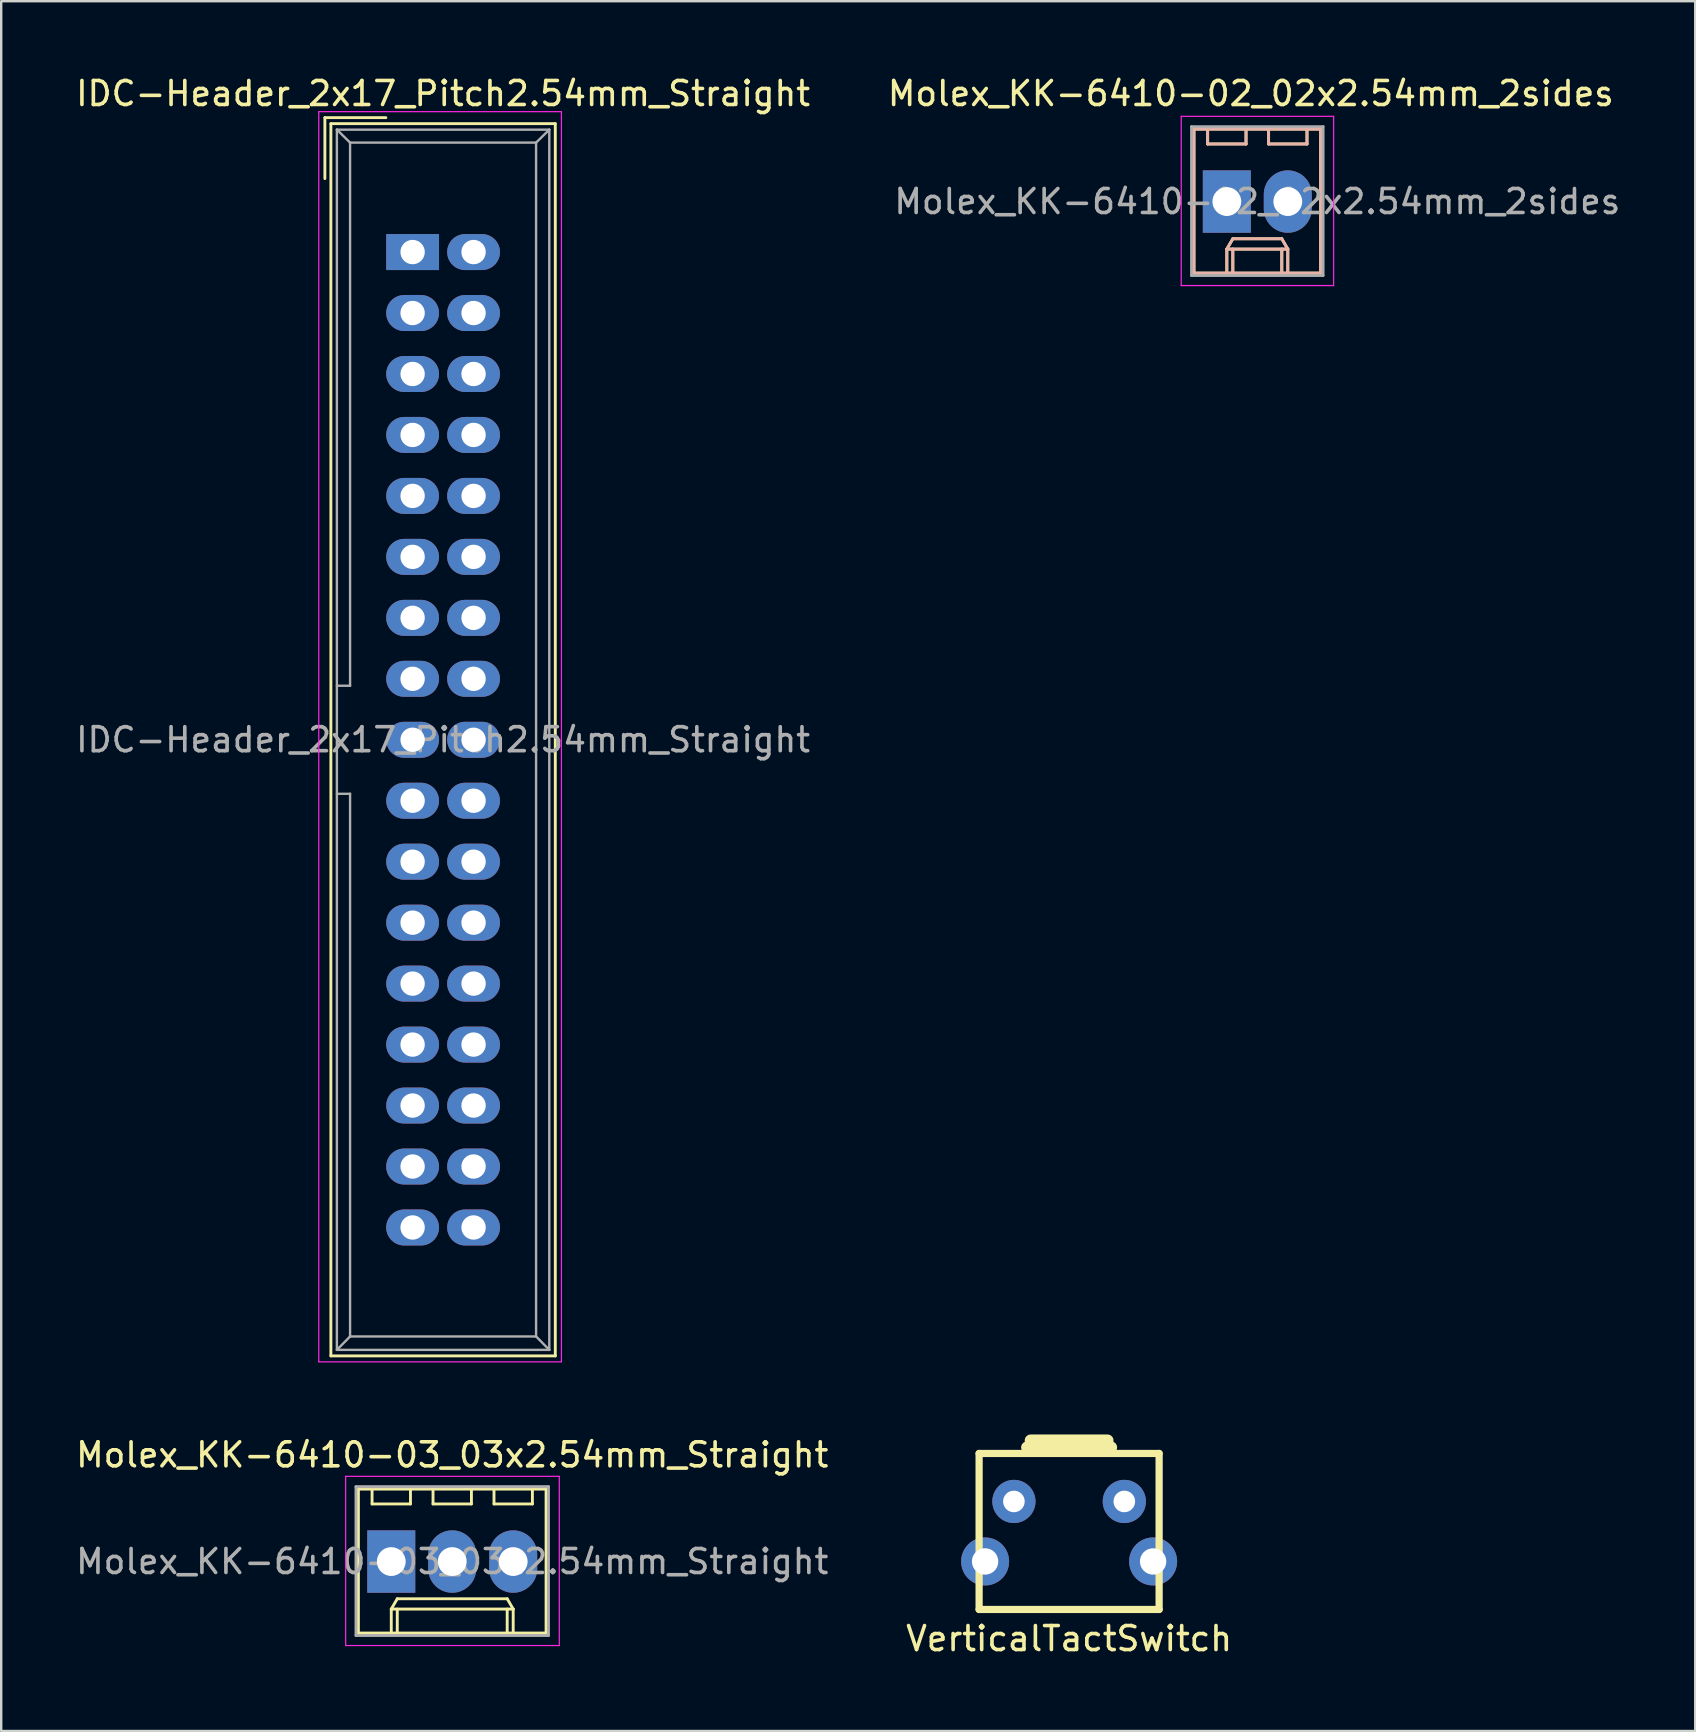
<source format=kicad_pcb>
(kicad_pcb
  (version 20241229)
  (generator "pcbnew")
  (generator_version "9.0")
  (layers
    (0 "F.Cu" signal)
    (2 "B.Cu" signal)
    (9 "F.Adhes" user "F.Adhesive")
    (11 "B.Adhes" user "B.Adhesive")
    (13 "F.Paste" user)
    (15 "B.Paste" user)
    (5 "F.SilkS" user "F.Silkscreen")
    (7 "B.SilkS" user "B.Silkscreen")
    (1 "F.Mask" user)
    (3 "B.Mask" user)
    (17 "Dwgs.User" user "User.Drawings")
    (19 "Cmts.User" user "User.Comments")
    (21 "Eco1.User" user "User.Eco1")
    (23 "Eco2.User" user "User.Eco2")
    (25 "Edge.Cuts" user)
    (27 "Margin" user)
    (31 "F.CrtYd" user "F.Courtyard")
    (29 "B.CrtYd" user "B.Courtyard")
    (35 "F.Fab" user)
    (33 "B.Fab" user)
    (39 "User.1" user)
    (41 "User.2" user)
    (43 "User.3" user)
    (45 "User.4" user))
  (footprint "VerticalTactSwitch"
    (layer "F.Cu")
    (at 41.494 59.507)
    (property "Reference" "VerticalTactSwitch" (at 0 5.715 0) (layer "F.SilkS") (effects (font (size 1 1) (thickness 0.15))))
    (attr through_hole)
    (fp_line (start -3.75 -2) (end -3.75 4.5) (stroke (width 0.3) (type solid)) (layer "F.SilkS"))
    (fp_line (start -3.75 -2) (end 3.75 -2) (stroke (width 0.3) (type solid)) (layer "F.SilkS"))
    (fp_line (start -3.75 4.5) (end 3.75 4.5) (stroke (width 0.3) (type solid)) (layer "F.SilkS"))
    (fp_line (start -1.75 -2.25) (end 1.75 -2.25) (stroke (width 0.5) (type solid)) (layer "F.SilkS"))
    (fp_line (start -1.6 -2.54) (end 1.6 -2.54) (stroke (width 0.5) (type solid)) (layer "F.SilkS"))
    (fp_line (start 3.75 -2) (end 3.75 4.5) (stroke (width 0.3) (type solid)) (layer "F.SilkS"))
    (pad "" np_thru_hole circle (at -3.5 2.5) (size 2 2) (drill 1.1) (layers "*.Cu" "*.Mask"))
    (pad "" np_thru_hole circle (at 3.5 2.5) (size 2 2) (drill 1.1) (layers "*.Cu" "*.Mask"))
    (pad "1" thru_hole circle (at -2.3 0) (size 1.8 1.8) (drill 0.9) (layers "*.Cu" "*.Mask"))
    (pad "2" thru_hole circle (at 2.3 0) (size 1.8 1.8) (drill 0.9) (layers "*.Cu" "*.Mask")))
  (footprint "Molex_KK-6410-03_03x2.54mm_Straight"
    (layer "F.Cu")
    (at 15.792 62.011)
    (property "Reference" "Molex_KK-6410-03_03x2.54mm_Straight" (at 0 -4.445 180) (layer "F.SilkS") (effects (font (size 1 1) (thickness 0.15))))
    (attr through_hole)
    (fp_line (start -3.91 -3.02) (end -3.91 2.98) (stroke (width 0.12) (type solid)) (layer "F.SilkS"))
    (fp_line (start -3.91 2.98) (end 3.91 2.98) (stroke (width 0.12) (type solid)) (layer "F.SilkS"))
    (fp_line (start -3.34 -3.02) (end -3.34 -2.4) (stroke (width 0.12) (type solid)) (layer "F.SilkS"))
    (fp_line (start -3.34 -2.4) (end -1.74 -2.4) (stroke (width 0.12) (type solid)) (layer "F.SilkS"))
    (fp_line (start -2.54 1.98) (end -2.29 1.55) (stroke (width 0.12) (type solid)) (layer "F.SilkS"))
    (fp_line (start -2.54 1.98) (end 2.54 1.98) (stroke (width 0.12) (type solid)) (layer "F.SilkS"))
    (fp_line (start -2.54 2.98) (end -2.54 1.98) (stroke (width 0.12) (type solid)) (layer "F.SilkS"))
    (fp_line (start -2.29 1.55) (end 2.29 1.55) (stroke (width 0.12) (type solid)) (layer "F.SilkS"))
    (fp_line (start -2.29 2.98) (end -2.29 1.98) (stroke (width 0.12) (type solid)) (layer "F.SilkS"))
    (fp_line (start -1.74 -2.4) (end -1.74 -3.02) (stroke (width 0.12) (type solid)) (layer "F.SilkS"))
    (fp_line (start -0.8 -3.02) (end -0.8 -2.4) (stroke (width 0.12) (type solid)) (layer "F.SilkS"))
    (fp_line (start -0.8 -2.4) (end 0.8 -2.4) (stroke (width 0.12) (type solid)) (layer "F.SilkS"))
    (fp_line (start 0.8 -2.4) (end 0.8 -3.02) (stroke (width 0.12) (type solid)) (layer "F.SilkS"))
    (fp_line (start 1.74 -3.02) (end 1.74 -2.4) (stroke (width 0.12) (type solid)) (layer "F.SilkS"))
    (fp_line (start 1.74 -2.4) (end 3.34 -2.4) (stroke (width 0.12) (type solid)) (layer "F.SilkS"))
    (fp_line (start 2.29 1.55) (end 2.54 1.98) (stroke (width 0.12) (type solid)) (layer "F.SilkS"))
    (fp_line (start 2.29 2.98) (end 2.29 1.98) (stroke (width 0.12) (type solid)) (layer "F.SilkS"))
    (fp_line (start 2.54 1.98) (end 2.54 2.98) (stroke (width 0.12) (type solid)) (layer "F.SilkS"))
    (fp_line (start 3.34 -2.4) (end 3.34 -3.02) (stroke (width 0.12) (type solid)) (layer "F.SilkS"))
    (fp_line (start 3.91 -3.02) (end -3.91 -3.02) (stroke (width 0.12) (type solid)) (layer "F.SilkS"))
    (fp_line (start 3.91 2.98) (end 3.91 -3.02) (stroke (width 0.12) (type solid)) (layer "F.SilkS"))
    (fp_line (start -4.44 -3.55) (end 4.46 -3.55) (stroke (width 0.05) (type solid)) (layer "F.CrtYd"))
    (fp_line (start -4.44 3.5) (end -4.44 -3.55) (stroke (width 0.05) (type solid)) (layer "F.CrtYd"))
    (fp_line (start 4.46 -3.55) (end 4.46 3.5) (stroke (width 0.05) (type solid)) (layer "F.CrtYd"))
    (fp_line (start 4.46 3.5) (end -4.44 3.5) (stroke (width 0.05) (type solid)) (layer "F.CrtYd"))
    (fp_line (start -4.01 -3.12) (end -4.01 3.08) (stroke (width 0.12) (type solid)) (layer "F.Fab"))
    (fp_line (start -4.01 3.08) (end 4.01 3.08) (stroke (width 0.12) (type solid)) (layer "F.Fab"))
    (fp_line (start 4.01 -3.12) (end -4.01 -3.12) (stroke (width 0.12) (type solid)) (layer "F.Fab"))
    (fp_line (start 4.01 3.08) (end 4.01 -3.12) (stroke (width 0.12) (type solid)) (layer "F.Fab"))
    (fp_text user "${REFERENCE}" (at 0 0 180) (layer "F.Fab") (effects (font (size 1 1) (thickness 0.15))))
    (pad "1" thru_hole rect (at -2.54 0) (size 2 2.6) (drill 1.2) (layers "*.Cu" "*.Mask"))
    (pad "2" thru_hole oval (at 0 0) (size 2 2.6) (drill 1.2) (layers "*.Cu" "*.Mask"))
    (pad "3" thru_hole oval (at 2.54 0) (size 2 2.6) (drill 1.2) (layers "*.Cu" "*.Mask")))
  (footprint "Molex_KK-6410-02_02x2.54mm_2sides"
    (layer "F.Cu")
    (at 48.065 5.348)
    (property "Reference" "Molex_KK-6410-02_02x2.54mm_2sides" (at 1 -4.5 180) (layer "F.SilkS") (effects (font (size 1 1) (thickness 0.15))))
    (attr through_hole)
    (fp_line (start -1.37 -3.02) (end -1.37 2.98) (stroke (width 0.12) (type solid)) (layer "F.SilkS"))
    (fp_line (start -1.37 2.98) (end 3.91 2.98) (stroke (width 0.12) (type solid)) (layer "F.SilkS"))
    (fp_line (start -0.8 -3.02) (end -0.8 -2.4) (stroke (width 0.12) (type solid)) (layer "F.SilkS"))
    (fp_line (start -0.8 -2.4) (end 0.8 -2.4) (stroke (width 0.12) (type solid)) (layer "F.SilkS"))
    (fp_line (start 0 1.98) (end 0.25 1.55) (stroke (width 0.12) (type solid)) (layer "F.SilkS"))
    (fp_line (start 0 1.98) (end 2.54 1.98) (stroke (width 0.12) (type solid)) (layer "F.SilkS"))
    (fp_line (start 0 2.98) (end 0 1.98) (stroke (width 0.12) (type solid)) (layer "F.SilkS"))
    (fp_line (start 0.25 1.55) (end 2.29 1.55) (stroke (width 0.12) (type solid)) (layer "F.SilkS"))
    (fp_line (start 0.25 2.98) (end 0.25 1.98) (stroke (width 0.12) (type solid)) (layer "F.SilkS"))
    (fp_line (start 0.8 -2.4) (end 0.8 -3.02) (stroke (width 0.12) (type solid)) (layer "F.SilkS"))
    (fp_line (start 1.74 -3.02) (end 1.74 -2.4) (stroke (width 0.12) (type solid)) (layer "F.SilkS"))
    (fp_line (start 1.74 -2.4) (end 3.34 -2.4) (stroke (width 0.12) (type solid)) (layer "F.SilkS"))
    (fp_line (start 2.29 1.55) (end 2.54 1.98) (stroke (width 0.12) (type solid)) (layer "F.SilkS"))
    (fp_line (start 2.29 2.98) (end 2.29 1.98) (stroke (width 0.12) (type solid)) (layer "F.SilkS"))
    (fp_line (start 2.54 1.98) (end 2.54 2.98) (stroke (width 0.12) (type solid)) (layer "F.SilkS"))
    (fp_line (start 3.34 -2.4) (end 3.34 -3.02) (stroke (width 0.12) (type solid)) (layer "F.SilkS"))
    (fp_line (start 3.91 -3.02) (end -1.37 -3.02) (stroke (width 0.12) (type solid)) (layer "F.SilkS"))
    (fp_line (start 3.91 2.98) (end 3.91 -3.02) (stroke (width 0.12) (type solid)) (layer "F.SilkS"))
    (fp_line (start -1.37 -3.02) (end -1.37 2.98) (stroke (width 0.12) (type solid)) (layer "B.SilkS"))
    (fp_line (start -1.37 2.98) (end 3.91 2.98) (stroke (width 0.12) (type solid)) (layer "B.SilkS"))
    (fp_line (start -0.8 -3.02) (end -0.8 -2.4) (stroke (width 0.12) (type solid)) (layer "B.SilkS"))
    (fp_line (start -0.8 -2.4) (end 0.8 -2.4) (stroke (width 0.12) (type solid)) (layer "B.SilkS"))
    (fp_line (start 0 1.98) (end 0.25 1.55) (stroke (width 0.12) (type solid)) (layer "B.SilkS"))
    (fp_line (start 0 1.98) (end 2.54 1.98) (stroke (width 0.12) (type solid)) (layer "B.SilkS"))
    (fp_line (start 0 2.98) (end 0 1.98) (stroke (width 0.12) (type solid)) (layer "B.SilkS"))
    (fp_line (start 0.25 1.55) (end 2.29 1.55) (stroke (width 0.12) (type solid)) (layer "B.SilkS"))
    (fp_line (start 0.25 2.98) (end 0.25 1.98) (stroke (width 0.12) (type solid)) (layer "B.SilkS"))
    (fp_line (start 0.8 -2.4) (end 0.8 -3.02) (stroke (width 0.12) (type solid)) (layer "B.SilkS"))
    (fp_line (start 1.74 -3.02) (end 1.74 -2.4) (stroke (width 0.12) (type solid)) (layer "B.SilkS"))
    (fp_line (start 1.74 -2.4) (end 3.34 -2.4) (stroke (width 0.12) (type solid)) (layer "B.SilkS"))
    (fp_line (start 2.29 1.55) (end 2.54 1.98) (stroke (width 0.12) (type solid)) (layer "B.SilkS"))
    (fp_line (start 2.29 2.98) (end 2.29 1.98) (stroke (width 0.12) (type solid)) (layer "B.SilkS"))
    (fp_line (start 2.54 1.98) (end 2.54 2.98) (stroke (width 0.12) (type solid)) (layer "B.SilkS"))
    (fp_line (start 3.34 -2.4) (end 3.34 -3.02) (stroke (width 0.12) (type solid)) (layer "B.SilkS"))
    (fp_line (start 3.91 -3.02) (end -1.37 -3.02) (stroke (width 0.12) (type solid)) (layer "B.SilkS"))
    (fp_line (start 3.91 2.98) (end 3.91 -3.02) (stroke (width 0.12) (type solid)) (layer "B.SilkS"))
    (fp_line (start -1.9 -3.55) (end 4.45 -3.55) (stroke (width 0.05) (type solid)) (layer "F.CrtYd"))
    (fp_line (start -1.9 3.5) (end -1.9 -3.55) (stroke (width 0.05) (type solid)) (layer "F.CrtYd"))
    (fp_line (start 4.45 -3.55) (end 4.45 3.5) (stroke (width 0.05) (type solid)) (layer "F.CrtYd"))
    (fp_line (start 4.45 3.5) (end -1.9 3.5) (stroke (width 0.05) (type solid)) (layer "F.CrtYd"))
    (fp_line (start -1.47 -3.12) (end -1.47 3.08) (stroke (width 0.12) (type solid)) (layer "F.Fab"))
    (fp_line (start -1.47 3.08) (end 4.01 3.08) (stroke (width 0.12) (type solid)) (layer "F.Fab"))
    (fp_line (start 4.01 -3.12) (end -1.47 -3.12) (stroke (width 0.12) (type solid)) (layer "F.Fab"))
    (fp_line (start 4.01 3.08) (end 4.01 -3.12) (stroke (width 0.12) (type solid)) (layer "F.Fab"))
    (fp_text user "${REFERENCE}" (at 1.27 0 180) (layer "F.Fab") (effects (font (size 1 1) (thickness 0.15))))
    (pad "1" thru_hole rect (at 0 0) (size 2 2.6) (drill 1.2) (layers "*.Cu" "*.Mask"))
    (pad "2" thru_hole oval (at 2.54 0) (size 2 2.6) (drill 1.2) (layers "*.Cu" "*.Mask")))
  (footprint "IDC-Header_2x17_Pitch2.54mm_Straight"
    (layer "F.Cu")
    (at 15.411 27.772)
    (property "Reference" "IDC-Header_2x17_Pitch2.54mm_Straight" (at 0 -26.924 0) (layer "F.SilkS") (effects (font (size 1 1) (thickness 0.15))))
    (attr through_hole)
    (fp_line (start -4.925 -25.92) (end -4.925 -23.38) (stroke (width 0.12) (type solid)) (layer "F.SilkS"))
    (fp_line (start -4.925 -25.92) (end -2.385 -25.92) (stroke (width 0.12) (type solid)) (layer "F.SilkS"))
    (fp_line (start -4.675 -25.67) (end 4.675 -25.67) (stroke (width 0.12) (type solid)) (layer "F.SilkS"))
    (fp_line (start -4.675 25.67) (end -4.675 -25.67) (stroke (width 0.12) (type solid)) (layer "F.SilkS"))
    (fp_line (start 4.675 -25.67) (end 4.675 25.67) (stroke (width 0.12) (type solid)) (layer "F.SilkS"))
    (fp_line (start 4.675 25.67) (end -4.675 25.67) (stroke (width 0.12) (type solid)) (layer "F.SilkS"))
    (fp_line (start -5.18 -26.17) (end 4.93 -26.17) (stroke (width 0.05) (type solid)) (layer "F.CrtYd"))
    (fp_line (start -5.18 25.92) (end -5.18 -26.17) (stroke (width 0.05) (type solid)) (layer "F.CrtYd"))
    (fp_line (start 4.93 -26.17) (end 4.93 25.92) (stroke (width 0.05) (type solid)) (layer "F.CrtYd"))
    (fp_line (start 4.93 25.92) (end -5.18 25.92) (stroke (width 0.05) (type solid)) (layer "F.CrtYd"))
    (fp_line (start -4.425 -25.42) (end -4.425 25.42) (stroke (width 0.1) (type solid)) (layer "F.Fab"))
    (fp_line (start -4.425 -25.42) (end -3.875 -24.88) (stroke (width 0.1) (type solid)) (layer "F.Fab"))
    (fp_line (start -4.425 25.42) (end -3.875 24.86) (stroke (width 0.1) (type solid)) (layer "F.Fab"))
    (fp_line (start -3.875 -24.88) (end -3.875 -2.25) (stroke (width 0.1) (type solid)) (layer "F.Fab"))
    (fp_line (start -3.875 -2.25) (end -4.425 -2.25) (stroke (width 0.1) (type solid)) (layer "F.Fab"))
    (fp_line (start -3.875 2.25) (end -4.425 2.25) (stroke (width 0.1) (type solid)) (layer "F.Fab"))
    (fp_line (start -3.875 2.25) (end -3.875 24.86) (stroke (width 0.1) (type solid)) (layer "F.Fab"))
    (fp_line (start 3.875 -24.88) (end -3.875 -24.88) (stroke (width 0.1) (type solid)) (layer "F.Fab"))
    (fp_line (start 3.875 -24.88) (end 3.875 24.86) (stroke (width 0.1) (type solid)) (layer "F.Fab"))
    (fp_line (start 3.875 24.86) (end -3.875 24.86) (stroke (width 0.1) (type solid)) (layer "F.Fab"))
    (fp_line (start 4.425 -25.42) (end -4.425 -25.42) (stroke (width 0.1) (type solid)) (layer "F.Fab"))
    (fp_line (start 4.425 -25.42) (end 3.875 -24.88) (stroke (width 0.1) (type solid)) (layer "F.Fab"))
    (fp_line (start 4.425 -25.42) (end 4.425 25.42) (stroke (width 0.1) (type solid)) (layer "F.Fab"))
    (fp_line (start 4.425 25.42) (end -4.425 25.42) (stroke (width 0.1) (type solid)) (layer "F.Fab"))
    (fp_line (start 4.425 25.42) (end 3.875 24.86) (stroke (width 0.1) (type solid)) (layer "F.Fab"))
    (fp_text user "${REFERENCE}" (at 0 0 0) (layer "F.Fab") (effects (font (size 1 1) (thickness 0.15))))
    (pad "1" thru_hole rect (at -1.27 -20.32) (size 2.2 1.5) (drill 1.016) (layers "*.Cu" "*.Mask"))
    (pad "2" thru_hole oval (at 1.27 -20.32) (size 2.2 1.5) (drill 1.016) (layers "*.Cu" "*.Mask"))
    (pad "3" thru_hole oval (at -1.27 -17.78) (size 2.2 1.5) (drill 1.016) (layers "*.Cu" "*.Mask"))
    (pad "4" thru_hole oval (at 1.27 -17.78) (size 2.2 1.5) (drill 1.016) (layers "*.Cu" "*.Mask"))
    (pad "5" thru_hole oval (at -1.27 -15.24) (size 2.2 1.5) (drill 1.016) (layers "*.Cu" "*.Mask"))
    (pad "6" thru_hole oval (at 1.27 -15.24) (size 2.2 1.5) (drill 1.016) (layers "*.Cu" "*.Mask"))
    (pad "7" thru_hole oval (at -1.27 -12.7) (size 2.2 1.5) (drill 1.016) (layers "*.Cu" "*.Mask"))
    (pad "8" thru_hole oval (at 1.27 -12.7) (size 2.2 1.5) (drill 1.016) (layers "*.Cu" "*.Mask"))
    (pad "9" thru_hole oval (at -1.27 -10.16) (size 2.2 1.5) (drill 1.016) (layers "*.Cu" "*.Mask"))
    (pad "10" thru_hole oval (at 1.27 -10.16) (size 2.2 1.5) (drill 1.016) (layers "*.Cu" "*.Mask"))
    (pad "11" thru_hole oval (at -1.27 -7.62) (size 2.2 1.5) (drill 1.016) (layers "*.Cu" "*.Mask"))
    (pad "12" thru_hole oval (at 1.27 -7.62) (size 2.2 1.5) (drill 1.016) (layers "*.Cu" "*.Mask"))
    (pad "13" thru_hole oval (at -1.27 -5.08) (size 2.2 1.5) (drill 1.016) (layers "*.Cu" "*.Mask"))
    (pad "14" thru_hole oval (at 1.27 -5.08) (size 2.2 1.5) (drill 1.016) (layers "*.Cu" "*.Mask"))
    (pad "15" thru_hole oval (at -1.27 -2.54) (size 2.2 1.5) (drill 1.016) (layers "*.Cu" "*.Mask"))
    (pad "16" thru_hole oval (at 1.27 -2.54) (size 2.2 1.5) (drill 1.016) (layers "*.Cu" "*.Mask"))
    (pad "17" thru_hole oval (at -1.27 0) (size 2.2 1.5) (drill 1.016) (layers "*.Cu" "*.Mask"))
    (pad "18" thru_hole oval (at 1.27 0) (size 2.2 1.5) (drill 1.016) (layers "*.Cu" "*.Mask"))
    (pad "19" thru_hole oval (at -1.27 2.54) (size 2.2 1.5) (drill 1.016) (layers "*.Cu" "*.Mask"))
    (pad "20" thru_hole oval (at 1.27 2.54) (size 2.2 1.5) (drill 1.016) (layers "*.Cu" "*.Mask"))
    (pad "21" thru_hole oval (at -1.27 5.08) (size 2.2 1.5) (drill 1.016) (layers "*.Cu" "*.Mask"))
    (pad "22" thru_hole oval (at 1.27 5.08) (size 2.2 1.5) (drill 1.016) (layers "*.Cu" "*.Mask"))
    (pad "23" thru_hole oval (at -1.27 7.62) (size 2.2 1.5) (drill 1.016) (layers "*.Cu" "*.Mask"))
    (pad "24" thru_hole oval (at 1.27 7.62) (size 2.2 1.5) (drill 1.016) (layers "*.Cu" "*.Mask"))
    (pad "25" thru_hole oval (at -1.27 10.16) (size 2.2 1.5) (drill 1.016) (layers "*.Cu" "*.Mask"))
    (pad "26" thru_hole oval (at 1.27 10.16) (size 2.2 1.5) (drill 1.016) (layers "*.Cu" "*.Mask"))
    (pad "27" thru_hole oval (at -1.27 12.7) (size 2.2 1.5) (drill 1.016) (layers "*.Cu" "*.Mask"))
    (pad "28" thru_hole oval (at 1.27 12.7) (size 2.2 1.5) (drill 1.016) (layers "*.Cu" "*.Mask"))
    (pad "29" thru_hole oval (at -1.27 15.24) (size 2.2 1.5) (drill 1.016) (layers "*.Cu" "*.Mask"))
    (pad "30" thru_hole oval (at 1.27 15.24) (size 2.2 1.5) (drill 1.016) (layers "*.Cu" "*.Mask"))
    (pad "31" thru_hole oval (at -1.27 17.78) (size 2.2 1.5) (drill 1.016) (layers "*.Cu" "*.Mask"))
    (pad "32" thru_hole oval (at 1.27 17.78) (size 2.2 1.5) (drill 1.016) (layers "*.Cu" "*.Mask"))
    (pad "33" thru_hole oval (at -1.27 20.32) (size 2.2 1.5) (drill 1.016) (layers "*.Cu" "*.Mask"))
    (pad "34" thru_hole oval (at 1.27 20.32) (size 2.2 1.5) (drill 1.016) (layers "*.Cu" "*.Mask")))
  (gr_rect
    (start -3 -3)
    (end 67.58 69.07)
    (stroke (width 0.1) (type default))
    (fill no)
    (layer "Edge.Cuts")))
</source>
